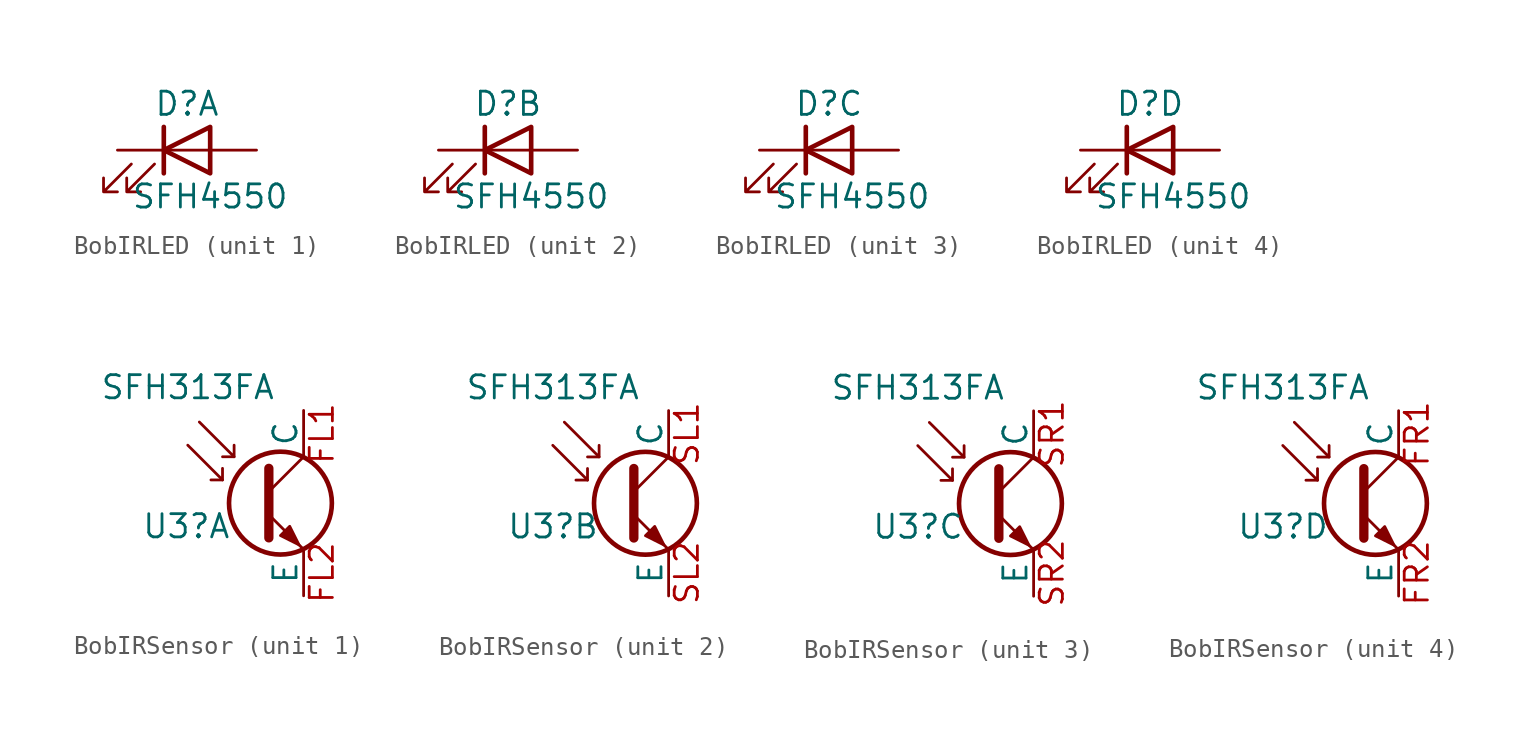
<source format=kicad_sym>
(kicad_symbol_lib
  (version 20220914)
  (generator kicad_symbol_editor)
  (symbol "BobIRLED"
    (pin_numbers hide)
    (pin_names
      (offset 1.016) hide)
    (property "Reference" "D"
      (at 0 2.54 0)
      (effects (font (size 1.27 1.27))))
    (property "Value" "SFH4550"
      (at 1.27 -2.54 0)
      (effects (font (size 1.27 1.27))))
    (symbol "BobIRLED_0_1"
      (polyline (pts (xy -1.27 -1.27) (xy -1.27 1.27)) (stroke (width 0.254) (type default)) (fill (type none)))
      (polyline (pts (xy -1.27 0) (xy 1.27 0)) (stroke (width 0) (type default)) (fill (type none)))
      (polyline (pts (xy 1.27 -1.27) (xy 1.27 1.27) (xy -1.27 0) (xy 1.27 -1.27)) (stroke (width 0.254) (type default)) (fill (type none)))
      (polyline (pts (xy -3.048 -0.762) (xy -4.572 -2.286) (xy -3.81 -2.286) (xy -4.572 -2.286) (xy -4.572 -1.524)) (stroke (width 0) (type default)) (fill (type none)))
      (polyline (pts (xy -1.778 -0.762) (xy -3.302 -2.286) (xy -2.54 -2.286) (xy -3.302 -2.286) (xy -3.302 -1.524)) (stroke (width 0) (type default)) (fill (type none))))
    (symbol "BobIRLED_1_1"
      (pin passive line (at -3.81 0 0) (length 2.54) (name "K" (effects (font (size 1.27 1.27)))) (number "FL1" (effects (font (size 1.27 1.27)))))
      (pin passive line (at 3.81 0 180) (length 2.54) (name "A" (effects (font (size 1.27 1.27)))) (number "FL2" (effects (font (size 1.27 1.27))))))
    (symbol "BobIRLED_2_1"
      (pin passive line (at -3.81 0 0) (length 2.54) (name "K" (effects (font (size 1.27 1.27)))) (number "SL1" (effects (font (size 1.27 1.27)))))
      (pin passive line (at 3.81 0 180) (length 2.54) (name "A" (effects (font (size 1.27 1.27)))) (number "SL2" (effects (font (size 1.27 1.27))))))
    (symbol "BobIRLED_3_1"
      (pin passive line (at -3.81 0 0) (length 2.54) (name "K" (effects (font (size 1.27 1.27)))) (number "SR1" (effects (font (size 1.27 1.27)))))
      (pin passive line (at 3.81 0 180) (length 2.54) (name "A" (effects (font (size 1.27 1.27)))) (number "SR2" (effects (font (size 1.27 1.27))))))
    (symbol "BobIRLED_4_1"
      (pin passive line (at -3.81 0 0) (length 2.54) (name "K" (effects (font (size 1.27 1.27)))) (number "FR1" (effects (font (size 1.27 1.27)))))
      (pin passive line (at 3.81 0 180) (length 2.54) (name "A" (effects (font (size 1.27 1.27)))) (number "FR2" (effects (font (size 1.27 1.27)))))))
  (symbol "BobIRSensor"
    (pin_names
      (offset 0))
    (property "Reference" "U3"
      (at -8.89 -6.35 0)
      (effects (font (size 1.27 1.27)) (justify left)))
    (property "Value" "SFH313FA"
      (at -6.35 1.27 0)
      (effects (font (size 1.27 1.27))))
    (symbol "BobIRSensor_0_1"
      (circle (center -1.27 -5.08) (radius 2.819) (stroke (width 0.254) (type default)) (fill (type none)))
      (polyline (pts (xy -4.445 -3.81) (xy -5.08 -3.81)) (stroke (width 0) (type default)) (fill (type none)))
      (polyline (pts (xy -3.81 -2.54) (xy -4.445 -2.54)) (stroke (width 0) (type default)) (fill (type none)))
      (polyline (pts (xy -1.905 -4.445) (xy 0 -2.54)) (stroke (width 0) (type default)) (fill (type none)))
      (polyline (pts (xy -6.35 -1.905) (xy -4.445 -3.81) (xy -4.445 -3.175)) (stroke (width 0) (type default)) (fill (type none)))
      (polyline (pts (xy -5.715 -0.635) (xy -3.81 -2.54) (xy -3.81 -1.905)) (stroke (width 0) (type default)) (fill (type none)))
      (polyline (pts (xy -1.905 -5.715) (xy 0 -7.62) (xy 0 -7.62)) (stroke (width 0) (type default)) (fill (type none)))
      (polyline (pts (xy -1.905 -3.175) (xy -1.905 -6.985) (xy -1.905 -6.985)) (stroke (width 0.508) (type default)) (fill (type none)))
      (polyline (pts (xy -1.27 -6.858) (xy -0.762 -6.35) (xy -0.254 -7.366) (xy -1.27 -6.858) (xy -1.27 -6.858)) (stroke (width 0) (type default)) (fill (type outline))))
    (symbol "BobIRSensor_1_1"
      (pin passive line (at 0 0 270) (length 2.54) (name "C" (effects (font (size 1.27 1.27)))) (number "FL1" (effects (font (size 1.27 1.27)))))
      (pin passive line (at 0 -10.16 90) (length 2.54) (name "E" (effects (font (size 1.27 1.27)))) (number "FL2" (effects (font (size 1.27 1.27))))))
    (symbol "BobIRSensor_2_1"
      (pin passive line (at 0 0 270) (length 2.54) (name "C" (effects (font (size 1.27 1.27)))) (number "SL1" (effects (font (size 1.27 1.27)))))
      (pin passive line (at 0 -10.16 90) (length 2.54) (name "E" (effects (font (size 1.27 1.27)))) (number "SL2" (effects (font (size 1.27 1.27))))))
    (symbol "BobIRSensor_3_1"
      (pin passive line (at 0 0 270) (length 2.54) (name "C" (effects (font (size 1.27 1.27)))) (number "SR1" (effects (font (size 1.27 1.27)))))
      (pin passive line (at 0 -10.16 90) (length 2.54) (name "E" (effects (font (size 1.27 1.27)))) (number "SR2" (effects (font (size 1.27 1.27))))))
    (symbol "BobIRSensor_4_1"
      (pin passive line (at 0 0 270) (length 2.54) (name "C" (effects (font (size 1.27 1.27)))) (number "FR1" (effects (font (size 1.27 1.27)))))
      (pin passive line (at 0 -10.16 90) (length 2.54) (name "E" (effects (font (size 1.27 1.27)))) (number "FR2" (effects (font (size 1.27 1.27))))))))
</source>
